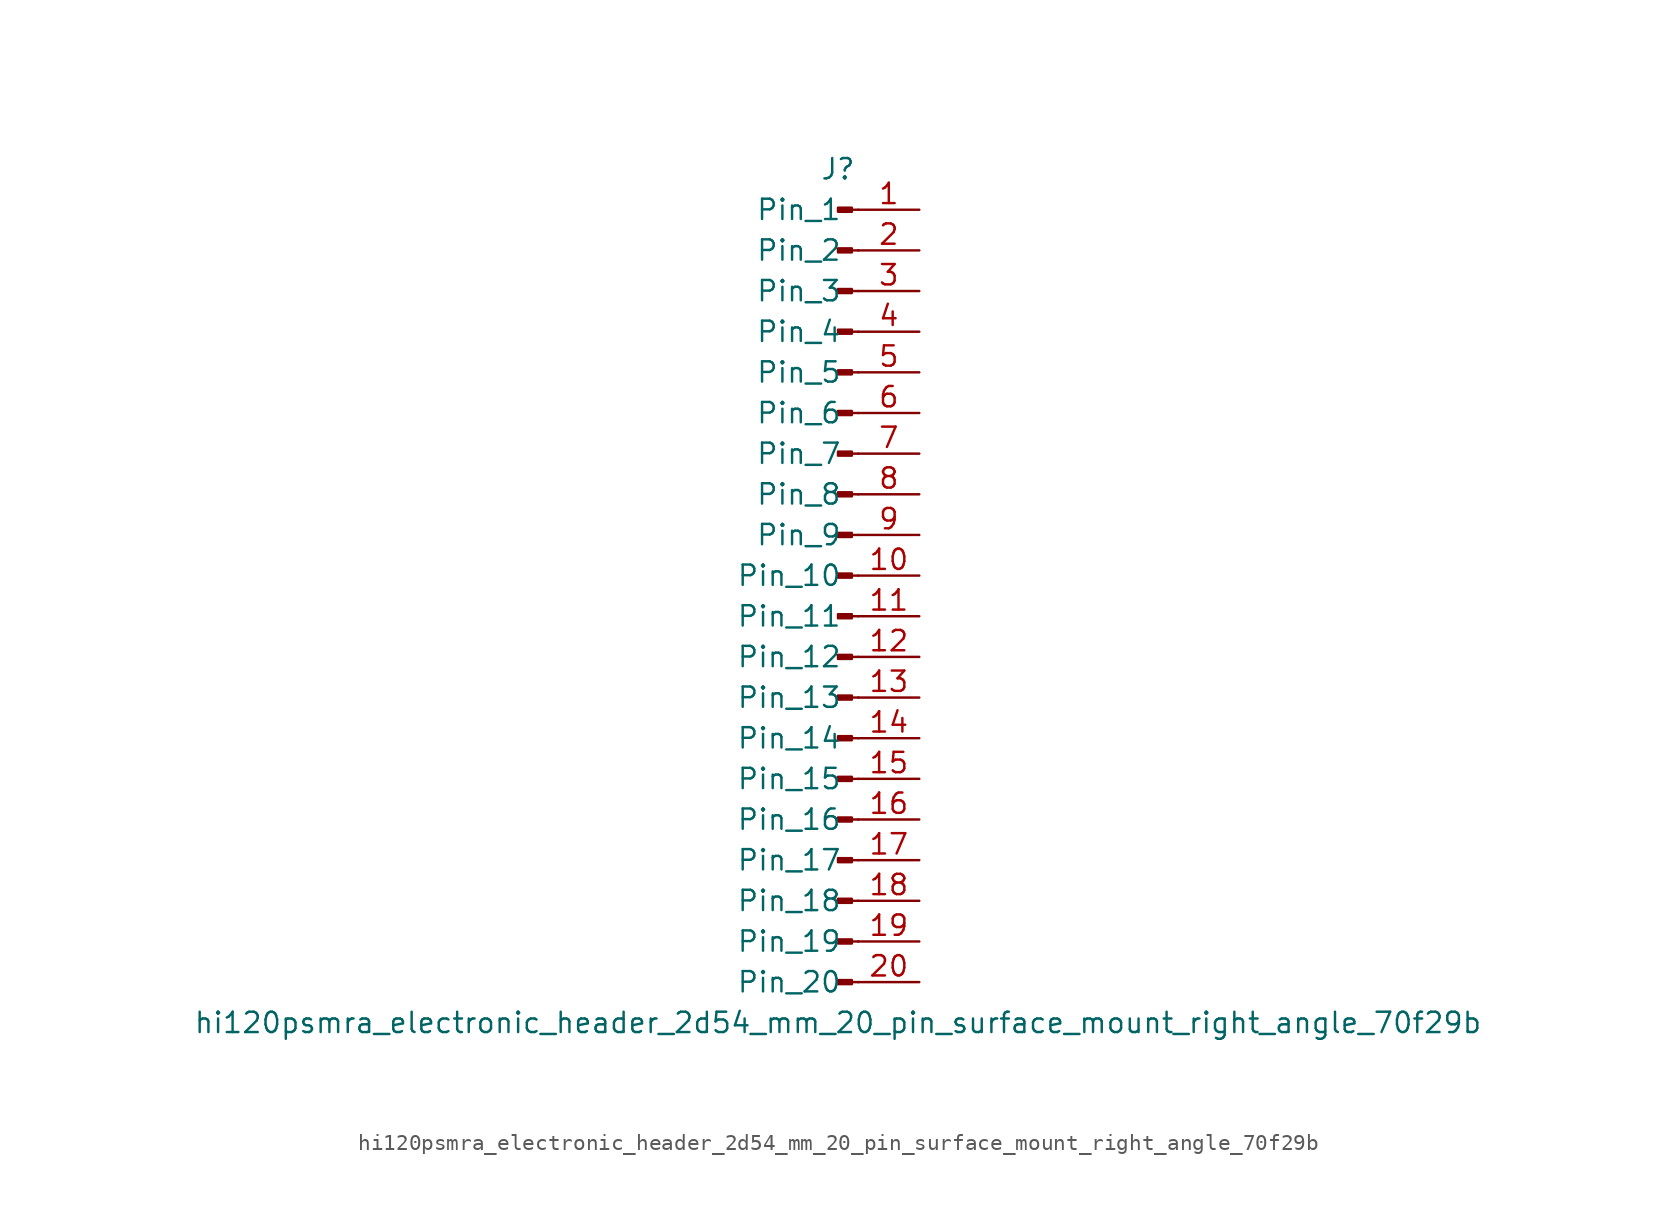
<source format=kicad_sym>
(kicad_symbol_lib
  (version 20220914)
  (generator kicad_symbol_editor)
  (symbol "hi120psmra_electronic_header_2d54_mm_20_pin_surface_mount_right_angle_70f29b"
    (pin_names
      (offset 1.016))
    (property "Reference" "J"
      (at 0 25.4 0)
      (effects (font (size 1.27 1.27))))
    (property "Value" "hi120psmra_electronic_header_2d54_mm_20_pin_surface_mount_right_angle_70f29b"
      (at 0 -27.94 0)
      (effects (font (size 1.27 1.27))))
    (property "ki_locked" ""
      (at 0 0 0)
      (effects (font (size 1.27 1.27))))
    (symbol "hi120psmra_electronic_header_2d54_mm_20_pin_surface_mount_right_angle_70f29b_1_1"
      (polyline (pts (xy 1.27 -25.4) (xy 0.864 -25.4)) (stroke (width 0.152) (type default)) (fill (type none)))
      (polyline (pts (xy 1.27 -22.86) (xy 0.864 -22.86)) (stroke (width 0.152) (type default)) (fill (type none)))
      (polyline (pts (xy 1.27 -20.32) (xy 0.864 -20.32)) (stroke (width 0.152) (type default)) (fill (type none)))
      (polyline (pts (xy 1.27 -17.78) (xy 0.864 -17.78)) (stroke (width 0.152) (type default)) (fill (type none)))
      (polyline (pts (xy 1.27 -15.24) (xy 0.864 -15.24)) (stroke (width 0.152) (type default)) (fill (type none)))
      (polyline (pts (xy 1.27 -12.7) (xy 0.864 -12.7)) (stroke (width 0.152) (type default)) (fill (type none)))
      (polyline (pts (xy 1.27 -10.16) (xy 0.864 -10.16)) (stroke (width 0.152) (type default)) (fill (type none)))
      (polyline (pts (xy 1.27 -7.62) (xy 0.864 -7.62)) (stroke (width 0.152) (type default)) (fill (type none)))
      (polyline (pts (xy 1.27 -5.08) (xy 0.864 -5.08)) (stroke (width 0.152) (type default)) (fill (type none)))
      (polyline (pts (xy 1.27 -2.54) (xy 0.864 -2.54)) (stroke (width 0.152) (type default)) (fill (type none)))
      (polyline (pts (xy 1.27 0) (xy 0.864 0)) (stroke (width 0.152) (type default)) (fill (type none)))
      (polyline (pts (xy 1.27 2.54) (xy 0.864 2.54)) (stroke (width 0.152) (type default)) (fill (type none)))
      (polyline (pts (xy 1.27 5.08) (xy 0.864 5.08)) (stroke (width 0.152) (type default)) (fill (type none)))
      (polyline (pts (xy 1.27 7.62) (xy 0.864 7.62)) (stroke (width 0.152) (type default)) (fill (type none)))
      (polyline (pts (xy 1.27 10.16) (xy 0.864 10.16)) (stroke (width 0.152) (type default)) (fill (type none)))
      (polyline (pts (xy 1.27 12.7) (xy 0.864 12.7)) (stroke (width 0.152) (type default)) (fill (type none)))
      (polyline (pts (xy 1.27 15.24) (xy 0.864 15.24)) (stroke (width 0.152) (type default)) (fill (type none)))
      (polyline (pts (xy 1.27 17.78) (xy 0.864 17.78)) (stroke (width 0.152) (type default)) (fill (type none)))
      (polyline (pts (xy 1.27 20.32) (xy 0.864 20.32)) (stroke (width 0.152) (type default)) (fill (type none)))
      (polyline (pts (xy 1.27 22.86) (xy 0.864 22.86)) (stroke (width 0.152) (type default)) (fill (type none)))
      (rectangle (start 0.864 -25.273) (end 0 -25.527) (stroke (width 0.152) (type default)) (fill (type outline)))
      (rectangle (start 0.864 -22.733) (end 0 -22.987) (stroke (width 0.152) (type default)) (fill (type outline)))
      (rectangle (start 0.864 -20.193) (end 0 -20.447) (stroke (width 0.152) (type default)) (fill (type outline)))
      (rectangle (start 0.864 -17.653) (end 0 -17.907) (stroke (width 0.152) (type default)) (fill (type outline)))
      (rectangle (start 0.864 -15.113) (end 0 -15.367) (stroke (width 0.152) (type default)) (fill (type outline)))
      (rectangle (start 0.864 -12.573) (end 0 -12.827) (stroke (width 0.152) (type default)) (fill (type outline)))
      (rectangle (start 0.864 -10.033) (end 0 -10.287) (stroke (width 0.152) (type default)) (fill (type outline)))
      (rectangle (start 0.864 -7.493) (end 0 -7.747) (stroke (width 0.152) (type default)) (fill (type outline)))
      (rectangle (start 0.864 -4.953) (end 0 -5.207) (stroke (width 0.152) (type default)) (fill (type outline)))
      (rectangle (start 0.864 -2.413) (end 0 -2.667) (stroke (width 0.152) (type default)) (fill (type outline)))
      (rectangle (start 0.864 0.127) (end 0 -0.127) (stroke (width 0.152) (type default)) (fill (type outline)))
      (rectangle (start 0.864 2.667) (end 0 2.413) (stroke (width 0.152) (type default)) (fill (type outline)))
      (rectangle (start 0.864 5.207) (end 0 4.953) (stroke (width 0.152) (type default)) (fill (type outline)))
      (rectangle (start 0.864 7.747) (end 0 7.493) (stroke (width 0.152) (type default)) (fill (type outline)))
      (rectangle (start 0.864 10.287) (end 0 10.033) (stroke (width 0.152) (type default)) (fill (type outline)))
      (rectangle (start 0.864 12.827) (end 0 12.573) (stroke (width 0.152) (type default)) (fill (type outline)))
      (rectangle (start 0.864 15.367) (end 0 15.113) (stroke (width 0.152) (type default)) (fill (type outline)))
      (rectangle (start 0.864 17.907) (end 0 17.653) (stroke (width 0.152) (type default)) (fill (type outline)))
      (rectangle (start 0.864 20.447) (end 0 20.193) (stroke (width 0.152) (type default)) (fill (type outline)))
      (rectangle (start 0.864 22.987) (end 0 22.733) (stroke (width 0.152) (type default)) (fill (type outline)))
      (pin passive line (at 5.08 22.86 180) (length 3.81) (name "Pin_1" (effects (font (size 1.27 1.27)))) (number "1" (effects (font (size 1.27 1.27)))))
      (pin passive line (at 5.08 0 180) (length 3.81) (name "Pin_10" (effects (font (size 1.27 1.27)))) (number "10" (effects (font (size 1.27 1.27)))))
      (pin passive line (at 5.08 -2.54 180) (length 3.81) (name "Pin_11" (effects (font (size 1.27 1.27)))) (number "11" (effects (font (size 1.27 1.27)))))
      (pin passive line (at 5.08 -5.08 180) (length 3.81) (name "Pin_12" (effects (font (size 1.27 1.27)))) (number "12" (effects (font (size 1.27 1.27)))))
      (pin passive line (at 5.08 -7.62 180) (length 3.81) (name "Pin_13" (effects (font (size 1.27 1.27)))) (number "13" (effects (font (size 1.27 1.27)))))
      (pin passive line (at 5.08 -10.16 180) (length 3.81) (name "Pin_14" (effects (font (size 1.27 1.27)))) (number "14" (effects (font (size 1.27 1.27)))))
      (pin passive line (at 5.08 -12.7 180) (length 3.81) (name "Pin_15" (effects (font (size 1.27 1.27)))) (number "15" (effects (font (size 1.27 1.27)))))
      (pin passive line (at 5.08 -15.24 180) (length 3.81) (name "Pin_16" (effects (font (size 1.27 1.27)))) (number "16" (effects (font (size 1.27 1.27)))))
      (pin passive line (at 5.08 -17.78 180) (length 3.81) (name "Pin_17" (effects (font (size 1.27 1.27)))) (number "17" (effects (font (size 1.27 1.27)))))
      (pin passive line (at 5.08 -20.32 180) (length 3.81) (name "Pin_18" (effects (font (size 1.27 1.27)))) (number "18" (effects (font (size 1.27 1.27)))))
      (pin passive line (at 5.08 -22.86 180) (length 3.81) (name "Pin_19" (effects (font (size 1.27 1.27)))) (number "19" (effects (font (size 1.27 1.27)))))
      (pin passive line (at 5.08 20.32 180) (length 3.81) (name "Pin_2" (effects (font (size 1.27 1.27)))) (number "2" (effects (font (size 1.27 1.27)))))
      (pin passive line (at 5.08 -25.4 180) (length 3.81) (name "Pin_20" (effects (font (size 1.27 1.27)))) (number "20" (effects (font (size 1.27 1.27)))))
      (pin passive line (at 5.08 17.78 180) (length 3.81) (name "Pin_3" (effects (font (size 1.27 1.27)))) (number "3" (effects (font (size 1.27 1.27)))))
      (pin passive line (at 5.08 15.24 180) (length 3.81) (name "Pin_4" (effects (font (size 1.27 1.27)))) (number "4" (effects (font (size 1.27 1.27)))))
      (pin passive line (at 5.08 12.7 180) (length 3.81) (name "Pin_5" (effects (font (size 1.27 1.27)))) (number "5" (effects (font (size 1.27 1.27)))))
      (pin passive line (at 5.08 10.16 180) (length 3.81) (name "Pin_6" (effects (font (size 1.27 1.27)))) (number "6" (effects (font (size 1.27 1.27)))))
      (pin passive line (at 5.08 7.62 180) (length 3.81) (name "Pin_7" (effects (font (size 1.27 1.27)))) (number "7" (effects (font (size 1.27 1.27)))))
      (pin passive line (at 5.08 5.08 180) (length 3.81) (name "Pin_8" (effects (font (size 1.27 1.27)))) (number "8" (effects (font (size 1.27 1.27)))))
      (pin passive line (at 5.08 2.54 180) (length 3.81) (name "Pin_9" (effects (font (size 1.27 1.27)))) (number "9" (effects (font (size 1.27 1.27))))))))
</source>
